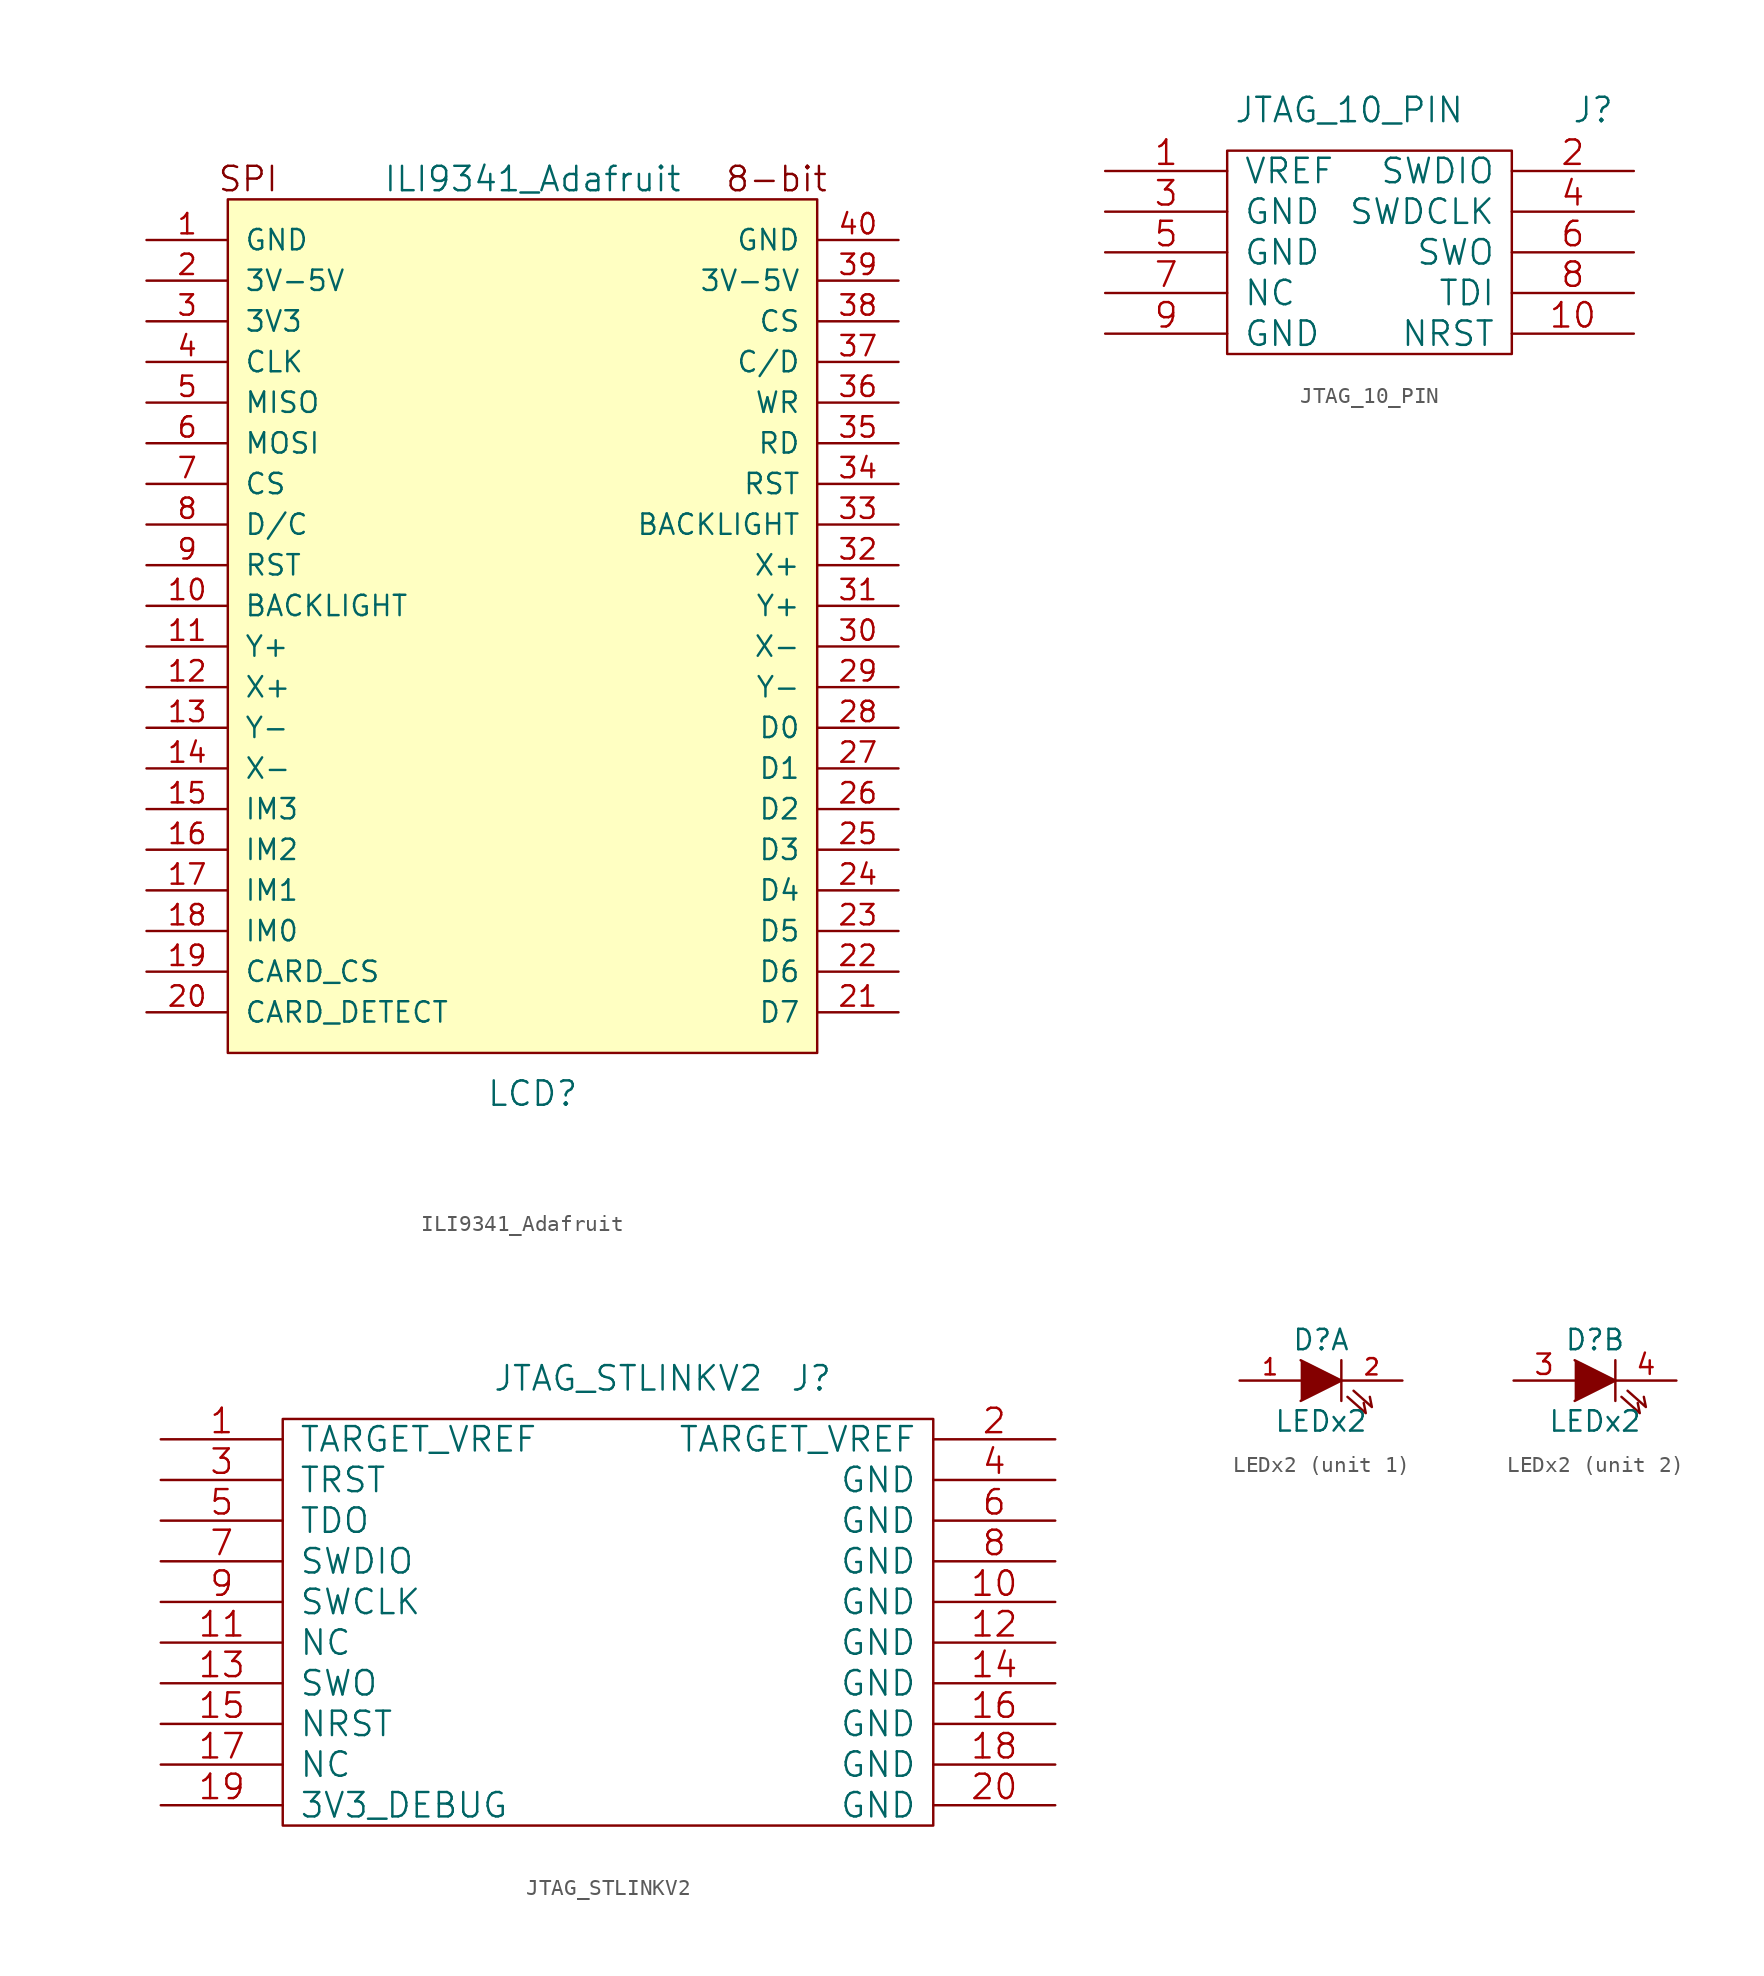
<source format=kicad_sym>
(kicad_symbol_lib
  (version 20211014)
  (generator kicad_symbol_editor)
  (symbol "ILI9341_Adafruit"
    (pin_names
      (offset 1.016))
    (property "Reference" "LCD"
      (at 0 -27.94 0)
      (effects (font (size 1.524 1.524))))
    (property "Value" "ILI9341_Adafruit"
      (at 0 29.21 0)
      (effects (font (size 1.524 1.524))))
    (property "Footprint" ""
      (at -11.43 27.94 0)
      (effects (font (size 1.524 1.524))))
    (property "Datasheet" ""
      (at -11.43 27.94 0)
      (effects (font (size 1.524 1.524))))
    (symbol "ILI9341_Adafruit_0_0"
      (text "8-bit" (at 15.24 29.21 0) (effects (font (size 1.524 1.524))))
      (text "SPI" (at -17.78 29.21 0) (effects (font (size 1.524 1.524)))))
    (symbol "ILI9341_Adafruit_0_1"
      (rectangle (start 17.78 27.94) (end -19.05 -25.4) (stroke (width 0) (type default) (color 0 0 0 0)) (fill (type background))))
    (symbol "ILI9341_Adafruit_1_1"
      (pin input line (at -24.13 25.4 0) (length 5.08) (name "GND" (effects (font (size 1.27 1.27)))) (number "1" (effects (font (size 1.27 1.27)))))
      (pin input line (at -24.13 2.54 0) (length 5.08) (name "BACKLIGHT" (effects (font (size 1.27 1.27)))) (number "10" (effects (font (size 1.27 1.27)))))
      (pin input line (at -24.13 0 0) (length 5.08) (name "Y+" (effects (font (size 1.27 1.27)))) (number "11" (effects (font (size 1.27 1.27)))))
      (pin input line (at -24.13 -2.54 0) (length 5.08) (name "X+" (effects (font (size 1.27 1.27)))) (number "12" (effects (font (size 1.27 1.27)))))
      (pin input line (at -24.13 -5.08 0) (length 5.08) (name "Y-" (effects (font (size 1.27 1.27)))) (number "13" (effects (font (size 1.27 1.27)))))
      (pin input line (at -24.13 -7.62 0) (length 5.08) (name "X-" (effects (font (size 1.27 1.27)))) (number "14" (effects (font (size 1.27 1.27)))))
      (pin input line (at -24.13 -10.16 0) (length 5.08) (name "IM3" (effects (font (size 1.27 1.27)))) (number "15" (effects (font (size 1.27 1.27)))))
      (pin input line (at -24.13 -12.7 0) (length 5.08) (name "IM2" (effects (font (size 1.27 1.27)))) (number "16" (effects (font (size 1.27 1.27)))))
      (pin input line (at -24.13 -15.24 0) (length 5.08) (name "IM1" (effects (font (size 1.27 1.27)))) (number "17" (effects (font (size 1.27 1.27)))))
      (pin input line (at -24.13 -17.78 0) (length 5.08) (name "IM0" (effects (font (size 1.27 1.27)))) (number "18" (effects (font (size 1.27 1.27)))))
      (pin input line (at -24.13 -20.32 0) (length 5.08) (name "CARD_CS" (effects (font (size 1.27 1.27)))) (number "19" (effects (font (size 1.27 1.27)))))
      (pin input line (at -24.13 22.86 0) (length 5.08) (name "3V-5V" (effects (font (size 1.27 1.27)))) (number "2" (effects (font (size 1.27 1.27)))))
      (pin input line (at -24.13 -22.86 0) (length 5.08) (name "CARD_DETECT" (effects (font (size 1.27 1.27)))) (number "20" (effects (font (size 1.27 1.27)))))
      (pin input line (at 22.86 -22.86 180) (length 5.08) (name "D7" (effects (font (size 1.27 1.27)))) (number "21" (effects (font (size 1.27 1.27)))))
      (pin input line (at 22.86 -20.32 180) (length 5.08) (name "D6" (effects (font (size 1.27 1.27)))) (number "22" (effects (font (size 1.27 1.27)))))
      (pin input line (at 22.86 -17.78 180) (length 5.08) (name "D5" (effects (font (size 1.27 1.27)))) (number "23" (effects (font (size 1.27 1.27)))))
      (pin input line (at 22.86 -15.24 180) (length 5.08) (name "D4" (effects (font (size 1.27 1.27)))) (number "24" (effects (font (size 1.27 1.27)))))
      (pin input line (at 22.86 -12.7 180) (length 5.08) (name "D3" (effects (font (size 1.27 1.27)))) (number "25" (effects (font (size 1.27 1.27)))))
      (pin input line (at 22.86 -10.16 180) (length 5.08) (name "D2" (effects (font (size 1.27 1.27)))) (number "26" (effects (font (size 1.27 1.27)))))
      (pin input line (at 22.86 -7.62 180) (length 5.08) (name "D1" (effects (font (size 1.27 1.27)))) (number "27" (effects (font (size 1.27 1.27)))))
      (pin input line (at 22.86 -5.08 180) (length 5.08) (name "D0" (effects (font (size 1.27 1.27)))) (number "28" (effects (font (size 1.27 1.27)))))
      (pin input line (at 22.86 -2.54 180) (length 5.08) (name "Y-" (effects (font (size 1.27 1.27)))) (number "29" (effects (font (size 1.27 1.27)))))
      (pin input line (at -24.13 20.32 0) (length 5.08) (name "3V3" (effects (font (size 1.27 1.27)))) (number "3" (effects (font (size 1.27 1.27)))))
      (pin input line (at 22.86 0 180) (length 5.08) (name "X-" (effects (font (size 1.27 1.27)))) (number "30" (effects (font (size 1.27 1.27)))))
      (pin input line (at 22.86 2.54 180) (length 5.08) (name "Y+" (effects (font (size 1.27 1.27)))) (number "31" (effects (font (size 1.27 1.27)))))
      (pin input line (at 22.86 5.08 180) (length 5.08) (name "X+" (effects (font (size 1.27 1.27)))) (number "32" (effects (font (size 1.27 1.27)))))
      (pin input line (at 22.86 7.62 180) (length 5.08) (name "BACKLIGHT" (effects (font (size 1.27 1.27)))) (number "33" (effects (font (size 1.27 1.27)))))
      (pin input line (at 22.86 10.16 180) (length 5.08) (name "RST" (effects (font (size 1.27 1.27)))) (number "34" (effects (font (size 1.27 1.27)))))
      (pin input line (at 22.86 12.7 180) (length 5.08) (name "RD" (effects (font (size 1.27 1.27)))) (number "35" (effects (font (size 1.27 1.27)))))
      (pin input line (at 22.86 15.24 180) (length 5.08) (name "WR" (effects (font (size 1.27 1.27)))) (number "36" (effects (font (size 1.27 1.27)))))
      (pin input line (at 22.86 17.78 180) (length 5.08) (name "C/D" (effects (font (size 1.27 1.27)))) (number "37" (effects (font (size 1.27 1.27)))))
      (pin input line (at 22.86 20.32 180) (length 5.08) (name "CS" (effects (font (size 1.27 1.27)))) (number "38" (effects (font (size 1.27 1.27)))))
      (pin input line (at 22.86 22.86 180) (length 5.08) (name "3V-5V" (effects (font (size 1.27 1.27)))) (number "39" (effects (font (size 1.27 1.27)))))
      (pin input line (at -24.13 17.78 0) (length 5.08) (name "CLK" (effects (font (size 1.27 1.27)))) (number "4" (effects (font (size 1.27 1.27)))))
      (pin input line (at 22.86 25.4 180) (length 5.08) (name "GND" (effects (font (size 1.27 1.27)))) (number "40" (effects (font (size 1.27 1.27)))))
      (pin input line (at -24.13 15.24 0) (length 5.08) (name "MISO" (effects (font (size 1.27 1.27)))) (number "5" (effects (font (size 1.27 1.27)))))
      (pin input line (at -24.13 12.7 0) (length 5.08) (name "MOSI" (effects (font (size 1.27 1.27)))) (number "6" (effects (font (size 1.27 1.27)))))
      (pin input line (at -24.13 10.16 0) (length 5.08) (name "CS" (effects (font (size 1.27 1.27)))) (number "7" (effects (font (size 1.27 1.27)))))
      (pin input line (at -24.13 7.62 0) (length 5.08) (name "D/C" (effects (font (size 1.27 1.27)))) (number "8" (effects (font (size 1.27 1.27)))))
      (pin input line (at -24.13 5.08 0) (length 5.08) (name "RST" (effects (font (size 1.27 1.27)))) (number "9" (effects (font (size 1.27 1.27)))))))
  (symbol "JTAG_10_PIN"
    (pin_names
      (offset 1.016))
    (property "Reference" "J"
      (at 13.97 8.89 0)
      (effects (font (size 1.524 1.524))))
    (property "Value" "JTAG_10_PIN"
      (at -1.27 8.89 0)
      (effects (font (size 1.524 1.524))))
    (property "Footprint" ""
      (at -1.27 8.89 0)
      (effects (font (size 1.524 1.524))))
    (property "Datasheet" ""
      (at -1.27 8.89 0)
      (effects (font (size 1.524 1.524))))
    (symbol "JTAG_10_PIN_0_1"
      (rectangle (start -8.89 6.35) (end 8.89 -6.35) (stroke (width 0) (type default) (color 0 0 0 0)) (fill (type none))))
    (symbol "JTAG_10_PIN_1_1"
      (pin input line (at -16.51 5.08 0) (length 7.62) (name "VREF" (effects (font (size 1.524 1.524)))) (number "1" (effects (font (size 1.524 1.524)))))
      (pin input line (at 16.51 -5.08 180) (length 7.62) (name "NRST" (effects (font (size 1.524 1.524)))) (number "10" (effects (font (size 1.524 1.524)))))
      (pin input line (at 16.51 5.08 180) (length 7.62) (name "SWDIO" (effects (font (size 1.524 1.524)))) (number "2" (effects (font (size 1.524 1.524)))))
      (pin input line (at -16.51 2.54 0) (length 7.62) (name "GND" (effects (font (size 1.524 1.524)))) (number "3" (effects (font (size 1.524 1.524)))))
      (pin input line (at 16.51 2.54 180) (length 7.62) (name "SWDCLK" (effects (font (size 1.524 1.524)))) (number "4" (effects (font (size 1.524 1.524)))))
      (pin input line (at -16.51 0 0) (length 7.62) (name "GND" (effects (font (size 1.524 1.524)))) (number "5" (effects (font (size 1.524 1.524)))))
      (pin input line (at 16.51 0 180) (length 7.62) (name "SWO" (effects (font (size 1.524 1.524)))) (number "6" (effects (font (size 1.524 1.524)))))
      (pin input line (at -16.51 -2.54 0) (length 7.62) (name "NC" (effects (font (size 1.524 1.524)))) (number "7" (effects (font (size 1.524 1.524)))))
      (pin input line (at 16.51 -2.54 180) (length 7.62) (name "TDI" (effects (font (size 1.524 1.524)))) (number "8" (effects (font (size 1.524 1.524)))))
      (pin input line (at -16.51 -5.08 0) (length 7.62) (name "GND" (effects (font (size 1.524 1.524)))) (number "9" (effects (font (size 1.524 1.524)))))))
  (symbol "JTAG_STLINKV2"
    (pin_names
      (offset 1.016))
    (property "Reference" "J"
      (at 12.7 15.24 0)
      (effects (font (size 1.524 1.524))))
    (property "Value" "JTAG_STLINKV2"
      (at 1.27 15.24 0)
      (effects (font (size 1.524 1.524))))
    (property "Footprint" ""
      (at -26.67 11.43 0)
      (effects (font (size 1.524 1.524))))
    (property "Datasheet" ""
      (at -26.67 11.43 0)
      (effects (font (size 1.524 1.524))))
    (symbol "JTAG_STLINKV2_0_1"
      (rectangle (start -20.32 12.7) (end 20.32 -12.7) (stroke (width 0) (type default) (color 0 0 0 0)) (fill (type none))))
    (symbol "JTAG_STLINKV2_1_1"
      (pin input line (at -27.94 11.43 0) (length 7.62) (name "TARGET_VREF" (effects (font (size 1.524 1.524)))) (number "1" (effects (font (size 1.524 1.524)))))
      (pin input line (at 27.94 1.27 180) (length 7.62) (name "GND" (effects (font (size 1.524 1.524)))) (number "10" (effects (font (size 1.524 1.524)))))
      (pin input line (at -27.94 -1.27 0) (length 7.62) (name "NC" (effects (font (size 1.524 1.524)))) (number "11" (effects (font (size 1.524 1.524)))))
      (pin input line (at 27.94 -1.27 180) (length 7.62) (name "GND" (effects (font (size 1.524 1.524)))) (number "12" (effects (font (size 1.524 1.524)))))
      (pin input line (at -27.94 -3.81 0) (length 7.62) (name "SWO" (effects (font (size 1.524 1.524)))) (number "13" (effects (font (size 1.524 1.524)))))
      (pin input line (at 27.94 -3.81 180) (length 7.62) (name "GND" (effects (font (size 1.524 1.524)))) (number "14" (effects (font (size 1.524 1.524)))))
      (pin input line (at -27.94 -6.35 0) (length 7.62) (name "NRST" (effects (font (size 1.524 1.524)))) (number "15" (effects (font (size 1.524 1.524)))))
      (pin input line (at 27.94 -6.35 180) (length 7.62) (name "GND" (effects (font (size 1.524 1.524)))) (number "16" (effects (font (size 1.524 1.524)))))
      (pin input line (at -27.94 -8.89 0) (length 7.62) (name "NC" (effects (font (size 1.524 1.524)))) (number "17" (effects (font (size 1.524 1.524)))))
      (pin input line (at 27.94 -8.89 180) (length 7.62) (name "GND" (effects (font (size 1.524 1.524)))) (number "18" (effects (font (size 1.524 1.524)))))
      (pin input line (at -27.94 -11.43 0) (length 7.62) (name "3V3_DEBUG" (effects (font (size 1.524 1.524)))) (number "19" (effects (font (size 1.524 1.524)))))
      (pin input line (at 27.94 11.43 180) (length 7.62) (name "TARGET_VREF" (effects (font (size 1.524 1.524)))) (number "2" (effects (font (size 1.524 1.524)))))
      (pin input line (at 27.94 -11.43 180) (length 7.62) (name "GND" (effects (font (size 1.524 1.524)))) (number "20" (effects (font (size 1.524 1.524)))))
      (pin input line (at -27.94 8.89 0) (length 7.62) (name "TRST" (effects (font (size 1.524 1.524)))) (number "3" (effects (font (size 1.524 1.524)))))
      (pin input line (at 27.94 8.89 180) (length 7.62) (name "GND" (effects (font (size 1.524 1.524)))) (number "4" (effects (font (size 1.524 1.524)))))
      (pin input line (at -27.94 6.35 0) (length 7.62) (name "TDO" (effects (font (size 1.524 1.524)))) (number "5" (effects (font (size 1.524 1.524)))))
      (pin input line (at 27.94 6.35 180) (length 7.62) (name "GND" (effects (font (size 1.524 1.524)))) (number "6" (effects (font (size 1.524 1.524)))))
      (pin input line (at -27.94 3.81 0) (length 7.62) (name "SWDIO" (effects (font (size 1.524 1.524)))) (number "7" (effects (font (size 1.524 1.524)))))
      (pin input line (at 27.94 3.81 180) (length 7.62) (name "GND" (effects (font (size 1.524 1.524)))) (number "8" (effects (font (size 1.524 1.524)))))
      (pin input line (at -27.94 1.27 0) (length 7.62) (name "SWCLK" (effects (font (size 1.524 1.524)))) (number "9" (effects (font (size 1.524 1.524)))))))
  (symbol "LEDx2"
    (pin_names
      (offset 1.016) hide)
    (property "Reference" "D"
      (at 0 2.54 0)
      (effects (font (size 1.27 1.27))))
    (property "Value" "LEDx2"
      (at 0 -2.54 0)
      (effects (font (size 1.27 1.27))))
    (property "Footprint" ""
      (at 0 0 0)
      (effects (font (size 1.524 1.524))))
    (property "Datasheet" ""
      (at 0 0 0)
      (effects (font (size 1.524 1.524))))
    (symbol "LEDx2_0_1"
      (polyline (pts (xy 1.27 1.27) (xy 1.27 -1.27)) (stroke (width 0) (type default) (color 0 0 0 0)) (fill (type none)))
      (polyline (pts (xy -1.27 1.27) (xy 1.27 0) (xy -1.27 -1.27)) (stroke (width 0) (type default) (color 0 0 0 0)) (fill (type outline)))
      (polyline (pts (xy 1.651 -1.016) (xy 2.794 -2.032) (xy 2.667 -1.397)) (stroke (width 0) (type default) (color 0 0 0 0)) (fill (type none)))
      (polyline (pts (xy 2.032 -0.635) (xy 3.175 -1.651) (xy 3.048 -1.016)) (stroke (width 0) (type default) (color 0 0 0 0)) (fill (type none))))
    (symbol "LEDx2_1_1"
      (pin passive line (at -5.08 0 0) (length 3.81) (name "A" (effects (font (size 1.016 1.016)))) (number "1" (effects (font (size 1.016 1.016)))))
      (pin passive line (at 5.08 0 180) (length 3.81) (name "K" (effects (font (size 1.016 1.016)))) (number "2" (effects (font (size 1.016 1.016))))))
    (symbol "LEDx2_2_1"
      (pin input line (at -5.08 0 0) (length 3.81) (name "~" (effects (font (size 1.27 1.27)))) (number "3" (effects (font (size 1.27 1.27)))))
      (pin input line (at 5.08 0 180) (length 3.81) (name "~" (effects (font (size 1.27 1.27)))) (number "4" (effects (font (size 1.27 1.27))))))))
</source>
